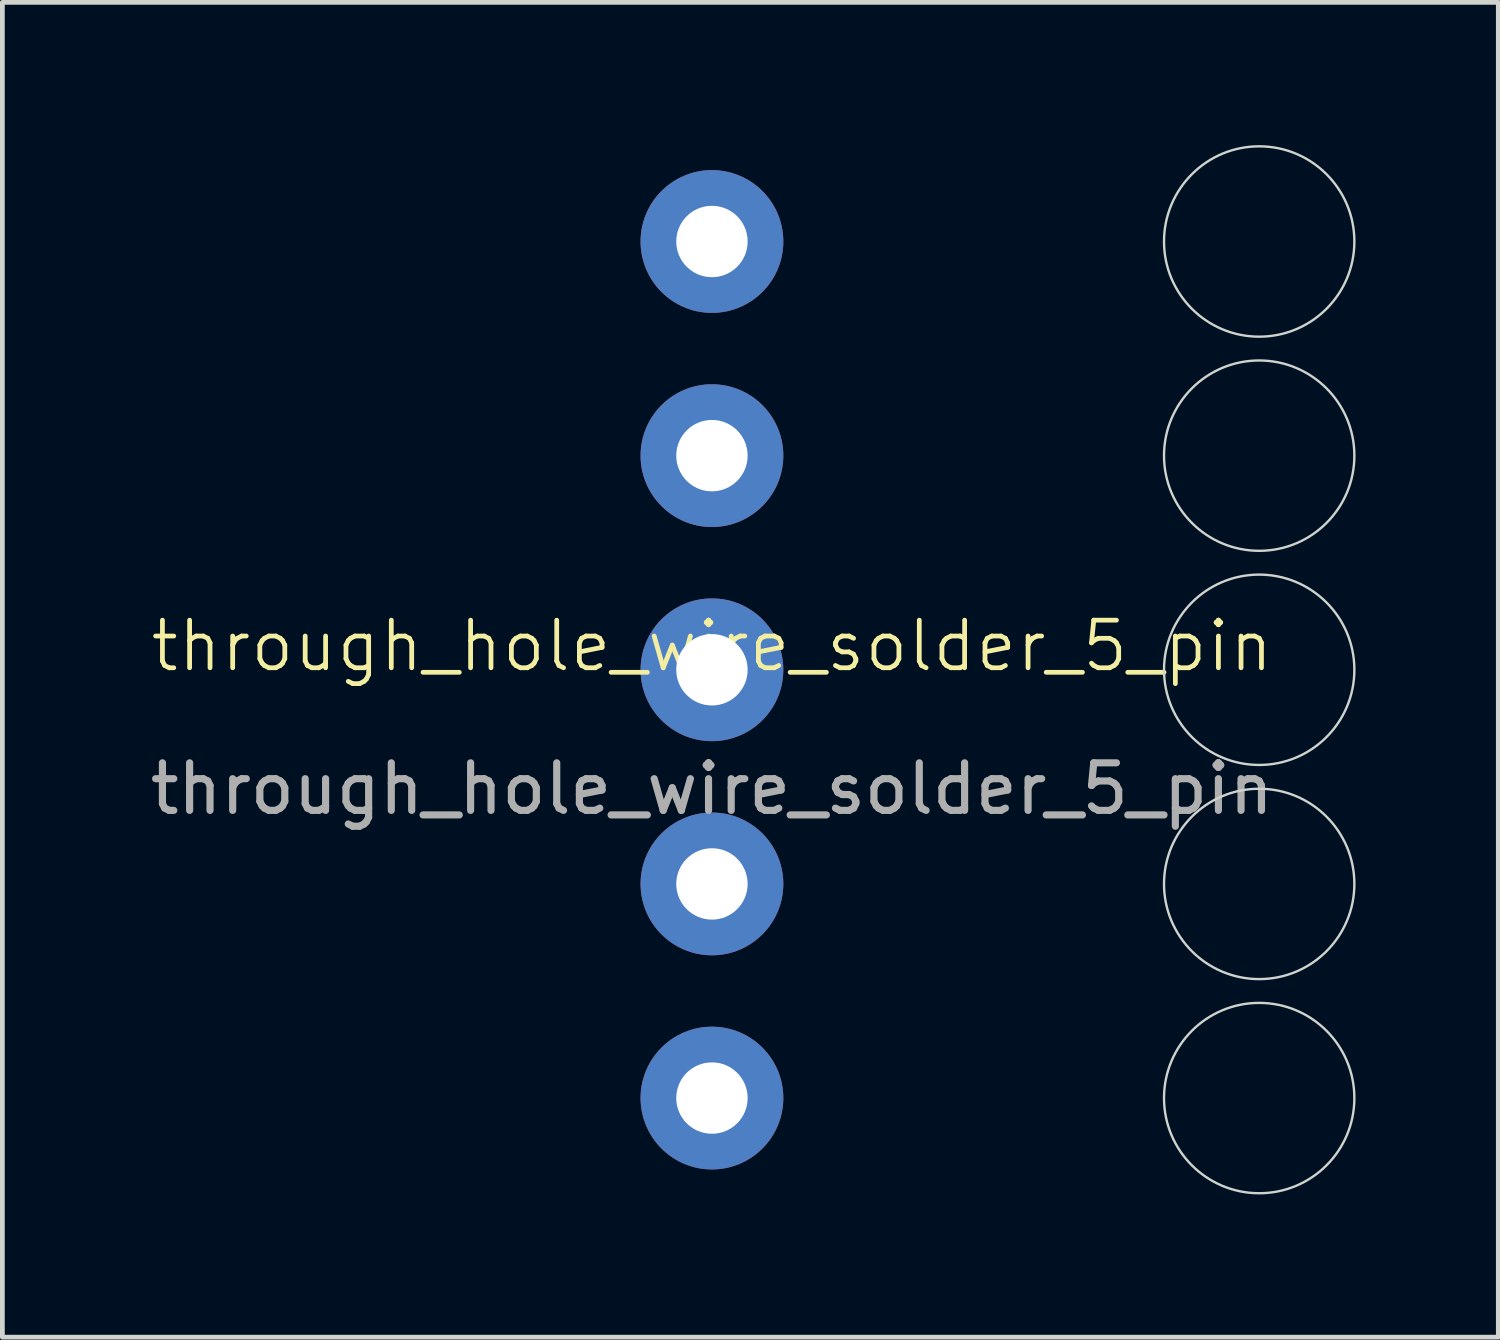
<source format=kicad_pcb>
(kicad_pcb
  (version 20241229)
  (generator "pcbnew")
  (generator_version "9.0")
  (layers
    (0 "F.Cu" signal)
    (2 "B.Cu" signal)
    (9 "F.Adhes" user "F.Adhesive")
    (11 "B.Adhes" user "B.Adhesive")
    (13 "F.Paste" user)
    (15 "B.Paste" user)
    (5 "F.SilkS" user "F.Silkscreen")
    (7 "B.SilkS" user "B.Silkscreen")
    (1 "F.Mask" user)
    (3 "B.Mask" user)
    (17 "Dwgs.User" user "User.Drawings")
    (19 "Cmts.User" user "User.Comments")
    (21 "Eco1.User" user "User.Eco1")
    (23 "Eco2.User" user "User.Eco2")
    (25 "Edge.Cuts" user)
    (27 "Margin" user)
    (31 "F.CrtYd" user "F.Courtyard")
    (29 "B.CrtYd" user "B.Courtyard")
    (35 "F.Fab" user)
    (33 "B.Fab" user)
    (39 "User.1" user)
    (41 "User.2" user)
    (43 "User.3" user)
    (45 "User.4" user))
  (footprint "through_hole_wire_solder_5_pin"
    (layer "F.Cu")
    (at 11.911 11.025)
    (property "Reference" "through_hole_wire_solder_5_pin" (at 0 -0.5 0) (unlocked yes) (layer "F.SilkS") (effects (font (size 1 1) (thickness 0.1))))
    (attr through_hole)
    (fp_circle (center 11.5 -9) (end 11.5 -7) (stroke (width 0.05) (type default)) (fill no) (layer "Edge.Cuts"))
    (fp_circle (center 11.5 -4.5) (end 11.5 -2.5) (stroke (width 0.05) (type default)) (fill no) (layer "Edge.Cuts"))
    (fp_circle (center 11.5 0) (end 11.5 2) (stroke (width 0.05) (type default)) (fill no) (layer "Edge.Cuts"))
    (fp_circle (center 11.5 4.5) (end 11.5 6.5) (stroke (width 0.05) (type default)) (fill no) (layer "Edge.Cuts"))
    (fp_circle (center 11.5 9) (end 11.5 11) (stroke (width 0.05) (type default)) (fill no) (layer "Edge.Cuts"))
    (fp_text user "${REFERENCE}" (at 0 2.5 0) (unlocked yes) (layer "F.Fab") (effects (font (size 1 1) (thickness 0.15))))
    (pad "1" thru_hole circle (at 0 -9) (size 3 3) (drill 1.5) (layers "*.Cu" "*.Mask"))
    (pad "2" thru_hole circle (at 0 -4.5) (size 3 3) (drill 1.5) (layers "*.Cu" "*.Mask"))
    (pad "3" thru_hole circle (at 0 0) (size 3 3) (drill 1.5) (layers "*.Cu" "*.Mask"))
    (pad "4" thru_hole circle (at 0 4.5) (size 3 3) (drill 1.5) (layers "*.Cu" "*.Mask"))
    (pad "5" thru_hole circle (at 0 9) (size 3 3) (drill 1.5) (layers "*.Cu" "*.Mask")))
  (gr_rect
    (start -3 -3)
    (end 28.436 25.05)
    (stroke (width 0.1) (type default))
    (fill no)
    (layer "Edge.Cuts")))
</source>
